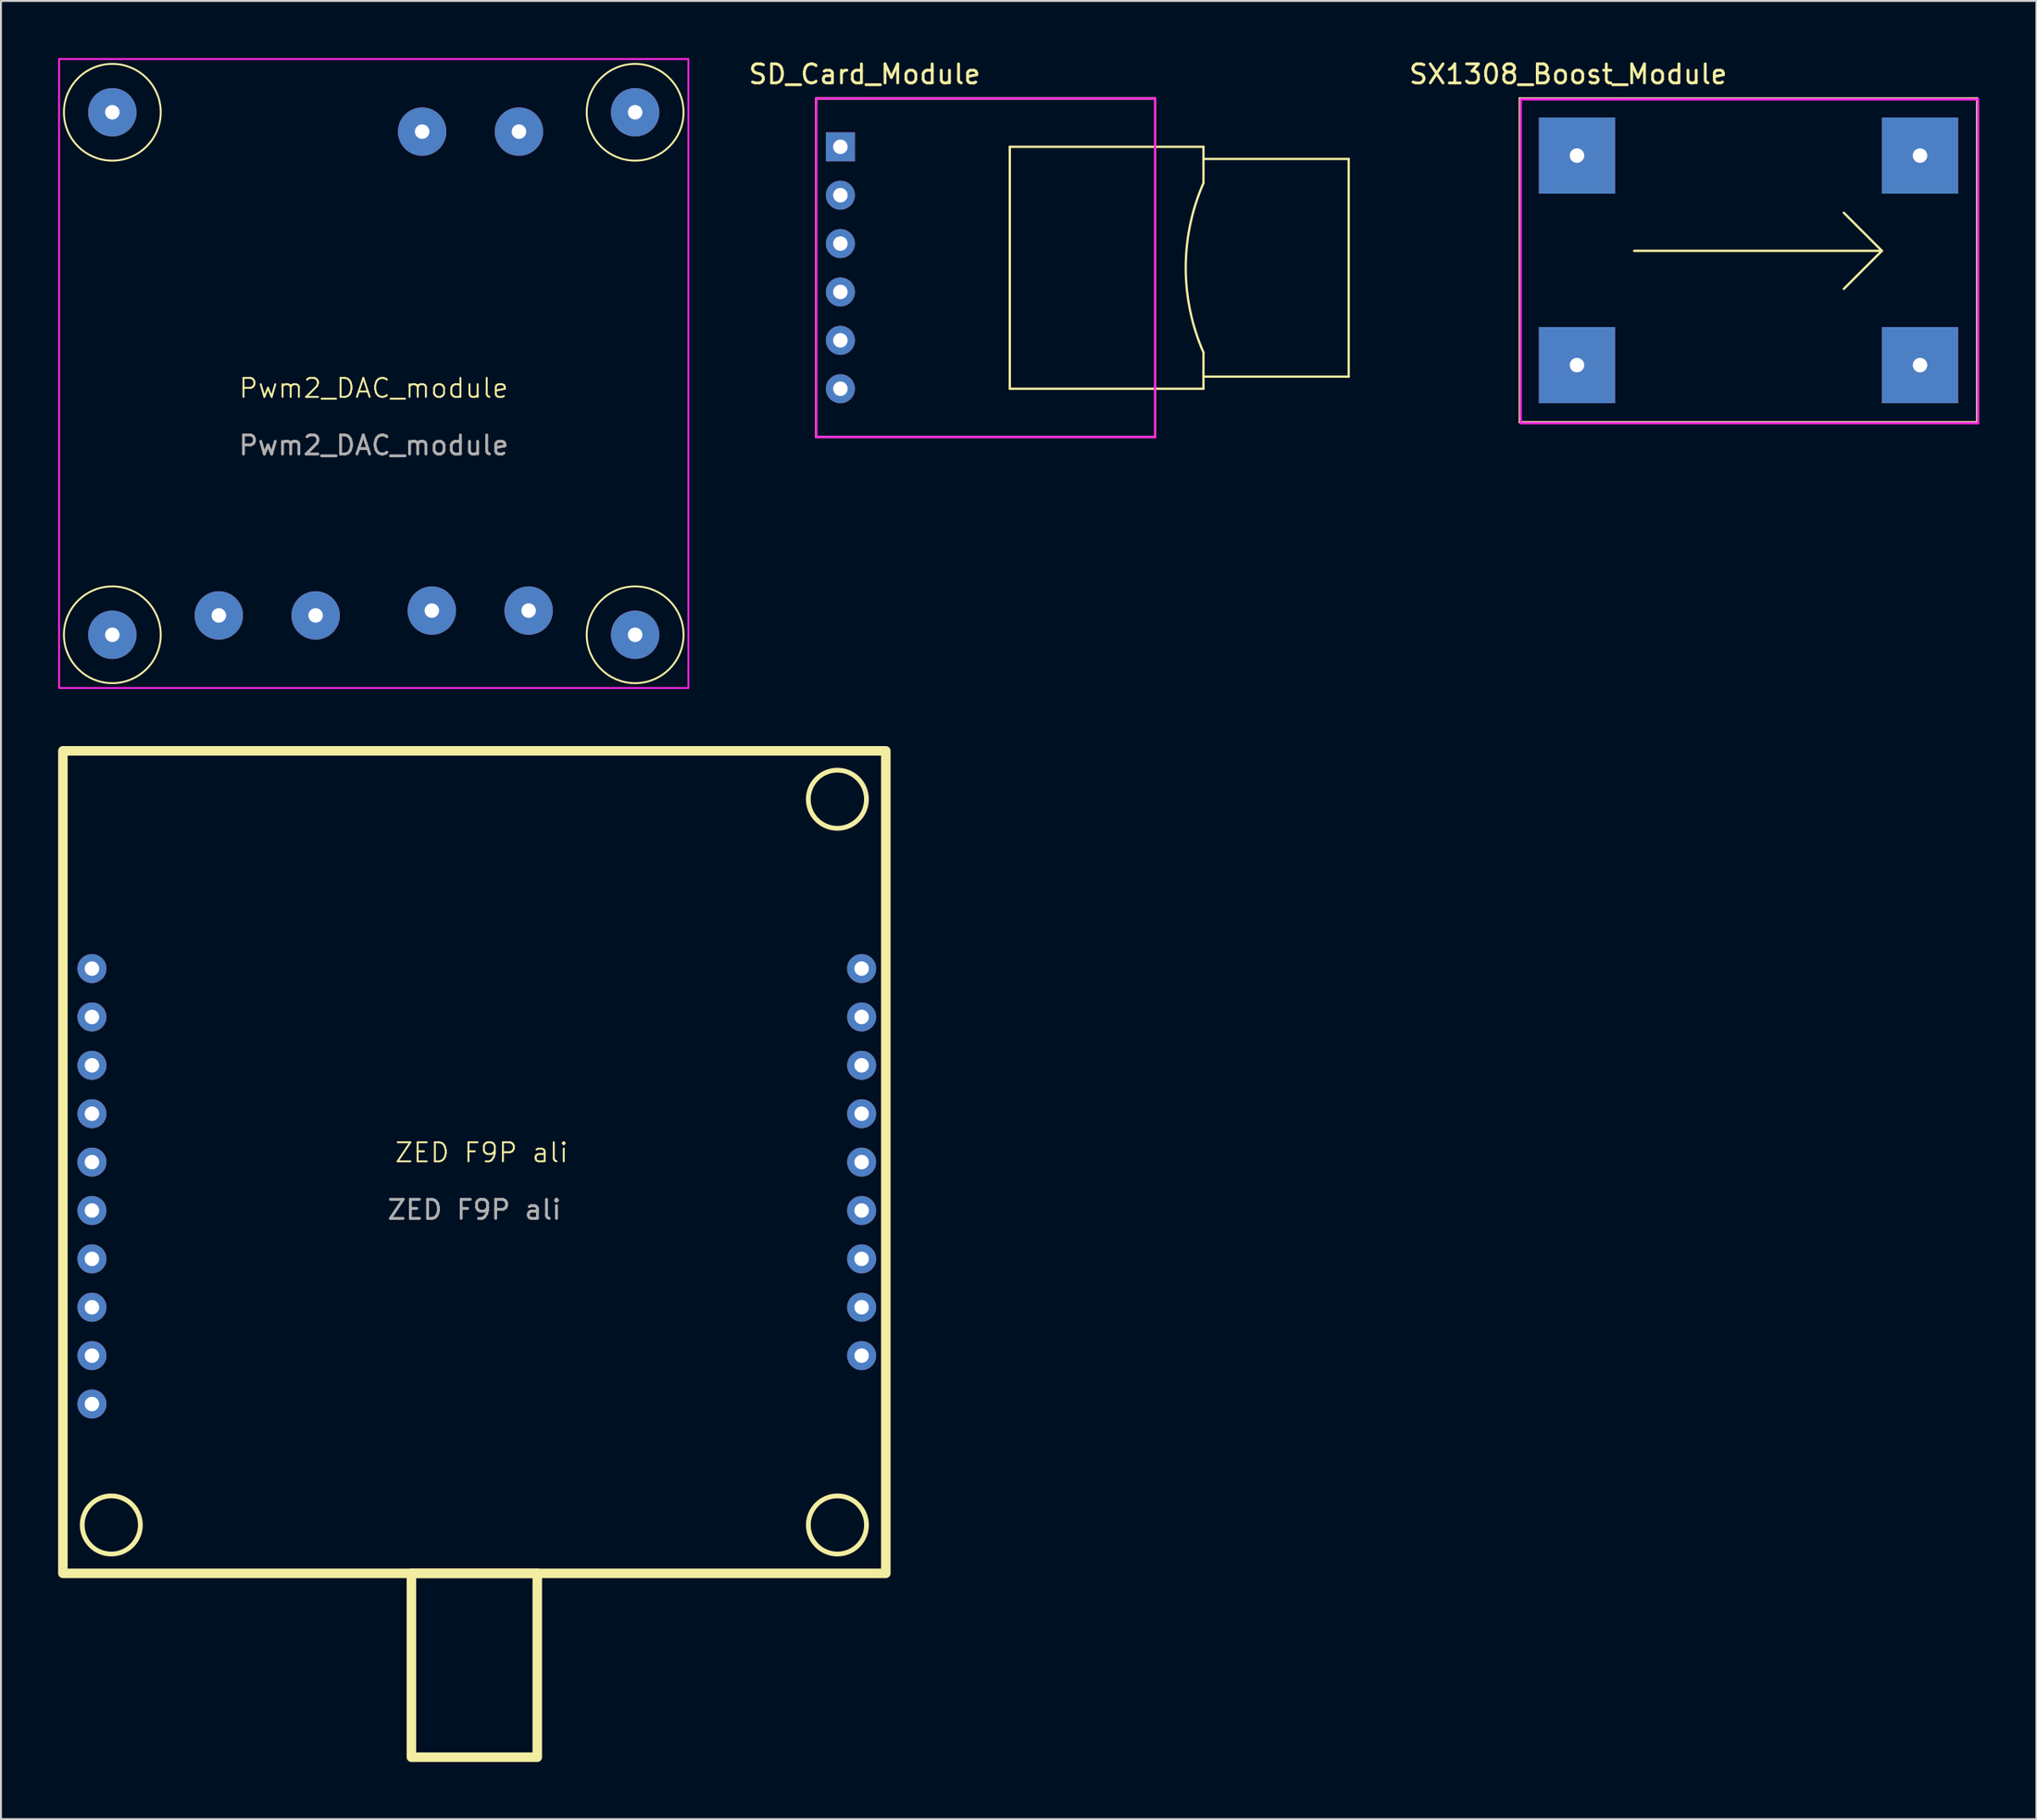
<source format=kicad_pcb>
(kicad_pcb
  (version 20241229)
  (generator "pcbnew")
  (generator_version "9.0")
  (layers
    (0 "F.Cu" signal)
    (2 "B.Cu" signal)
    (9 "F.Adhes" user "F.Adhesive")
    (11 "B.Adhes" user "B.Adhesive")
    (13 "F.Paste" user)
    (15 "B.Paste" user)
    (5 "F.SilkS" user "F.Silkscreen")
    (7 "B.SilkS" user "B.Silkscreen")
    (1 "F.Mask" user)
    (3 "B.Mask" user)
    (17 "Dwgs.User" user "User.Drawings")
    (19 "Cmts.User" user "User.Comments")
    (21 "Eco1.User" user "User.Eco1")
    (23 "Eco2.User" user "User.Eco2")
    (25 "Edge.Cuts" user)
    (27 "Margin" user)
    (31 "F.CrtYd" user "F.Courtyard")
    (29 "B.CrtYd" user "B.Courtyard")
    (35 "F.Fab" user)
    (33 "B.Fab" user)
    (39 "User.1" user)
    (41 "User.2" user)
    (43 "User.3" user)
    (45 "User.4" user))
  (footprint "SD_Card_Module"
    (layer "F.Cu")
    (at 41.046 4.658)
    (property "Reference" "SD_Card_Module" (at 1.27 -3.81 0) (layer "F.SilkS") (effects (font (size 1 1) (thickness 0.15))))
    (attr through_hole)
    (fp_line (start -1.27 -2.54) (end 16.51 -2.54) (stroke (width 0.12) (type solid)) (layer "F.SilkS"))
    (fp_line (start -1.27 15.24) (end -1.27 -2.54) (stroke (width 0.12) (type solid)) (layer "F.SilkS"))
    (fp_line (start 8.89 0) (end 8.89 12.7) (stroke (width 0.12) (type solid)) (layer "F.SilkS"))
    (fp_line (start 8.89 0) (end 19.05 0) (stroke (width 0.12) (type solid)) (layer "F.SilkS"))
    (fp_line (start 8.89 12.7) (end 19.05 12.7) (stroke (width 0.12) (type solid)) (layer "F.SilkS"))
    (fp_line (start 16.51 -2.54) (end 16.51 15.24) (stroke (width 0.12) (type solid)) (layer "F.SilkS"))
    (fp_line (start 16.51 15.24) (end -1.27 15.24) (stroke (width 0.12) (type solid)) (layer "F.SilkS"))
    (fp_line (start 19.05 0) (end 19.05 1.905) (stroke (width 0.12) (type solid)) (layer "F.SilkS"))
    (fp_line (start 19.05 0.635) (end 26.67 0.635) (stroke (width 0.12) (type solid)) (layer "F.SilkS"))
    (fp_line (start 19.05 12.7) (end 19.05 10.795) (stroke (width 0.12) (type solid)) (layer "F.SilkS"))
    (fp_line (start 26.67 0.635) (end 26.67 12.065) (stroke (width 0.12) (type solid)) (layer "F.SilkS"))
    (fp_line (start 26.67 12.065) (end 19.05 12.065) (stroke (width 0.12) (type solid)) (layer "F.SilkS"))
    (fp_arc (start 19.05 10.794999) (mid 18.120202 6.35) (end 19.05 1.905) (stroke (width 0.12) (type solid)) (layer "F.SilkS"))
    (fp_line (start -1.27 -2.54) (end -1.27 15.24) (stroke (width 0.12) (type solid)) (layer "F.CrtYd"))
    (fp_line (start -1.27 15.24) (end 16.51 15.24) (stroke (width 0.12) (type solid)) (layer "F.CrtYd"))
    (fp_line (start 16.51 -2.54) (end -1.27 -2.54) (stroke (width 0.12) (type solid)) (layer "F.CrtYd"))
    (fp_line (start 16.51 15.24) (end 16.51 -2.54) (stroke (width 0.12) (type solid)) (layer "F.CrtYd"))
    (pad "1" thru_hole rect (at 0 0) (size 1.524 1.524) (drill 0.762) (layers "*.Cu" "*.Mask"))
    (pad "2" thru_hole circle (at 0 2.54) (size 1.524 1.524) (drill 0.762) (layers "*.Cu" "*.Mask"))
    (pad "3" thru_hole circle (at 0 5.08) (size 1.524 1.524) (drill 0.762) (layers "*.Cu" "*.Mask"))
    (pad "4" thru_hole circle (at 0 7.62) (size 1.524 1.524) (drill 0.762) (layers "*.Cu" "*.Mask"))
    (pad "5" thru_hole circle (at 0 10.16) (size 1.524 1.524) (drill 0.762) (layers "*.Cu" "*.Mask"))
    (pad "6" thru_hole circle (at 0 12.7) (size 1.524 1.524) (drill 0.762) (layers "*.Cu" "*.Mask")))
  (footprint "Pwm2_DAC_module"
    (layer "F.Cu")
    (at 16.56 17.83)
    (property "Reference" "Pwm2_DAC_module" (at 0 -0.5 0) (unlocked yes) (layer "F.SilkS") (effects (font (size 1 1) (thickness 0.1))))
    (attr through_hole)
    (fp_circle (center -13.716 -14.986) (end -11.176 -14.986) (stroke (width 0.1) (type default)) (fill no) (layer "F.SilkS"))
    (fp_circle (center -13.716 12.446) (end -11.176 12.446) (stroke (width 0.1) (type default)) (fill no) (layer "F.SilkS"))
    (fp_circle (center 13.716 -14.986) (end 11.176 -14.986) (stroke (width 0.1) (type default)) (fill no) (layer "F.SilkS"))
    (fp_circle (center 13.716 12.446) (end 11.176 12.446) (stroke (width 0.1) (type default)) (fill no) (layer "F.SilkS"))
    (fp_rect (start -16.51 15.24) (end 16.51 -17.78) (stroke (width 0.1) (type default)) (fill no) (layer "F.CrtYd"))
    (fp_text user "${REFERENCE}" (at 0 2.5 0) (unlocked yes) (layer "F.Fab") (effects (font (size 1 1) (thickness 0.15))))
    (pad "" thru_hole circle (at -13.716 -14.986) (size 2.54 2.54) (drill 0.762) (layers "*.Cu" "*.Mask"))
    (pad "" thru_hole circle (at -13.716 12.446) (size 2.54 2.54) (drill 0.762) (layers "*.Cu" "*.Mask"))
    (pad "" thru_hole circle (at 13.716 -14.986) (size 2.54 2.54) (drill 0.762) (layers "*.Cu" "*.Mask"))
    (pad "" thru_hole circle (at 13.716 12.446) (size 2.54 2.54) (drill 0.762) (layers "*.Cu" "*.Mask"))
    (pad "1" thru_hole circle (at 2.54 -13.97) (size 2.54 2.54) (drill 0.762) (layers "*.Cu" "*.Mask"))
    (pad "2" thru_hole circle (at 7.62 -13.97) (size 2.54 2.54) (drill 0.762) (layers "*.Cu" "*.Mask"))
    (pad "3" thru_hole circle (at -8.128 11.43) (size 2.54 2.54) (drill 0.762) (layers "*.Cu" "*.Mask"))
    (pad "4" thru_hole circle (at -3.048 11.43) (size 2.54 2.54) (drill 0.762) (layers "*.Cu" "*.Mask"))
    (pad "5" thru_hole circle (at 3.048 11.176) (size 2.54 2.54) (drill 0.762) (layers "*.Cu" "*.Mask"))
    (pad "6" thru_hole circle (at 8.128 11.176) (size 2.54 2.54) (drill 0.762) (layers "*.Cu" "*.Mask")))
  (footprint "ZED F9P ali"
    (layer "F.Cu")
    (at 21.84 57.96)
    (property "Reference" "ZED F9P ali" (at 0.381 -0.5 0) (unlocked yes) (layer "F.SilkS") (effects (font (size 1 1) (thickness 0.1))))
    (attr through_hole)
    (fp_rect (start -21.59 -21.59) (end 21.59 21.59) (stroke (width 0.5) (type solid)) (fill no) (layer "F.SilkS"))
    (fp_rect (start -3.302 21.59) (end 3.302 31.242) (stroke (width 0.5) (type solid)) (fill no) (layer "F.SilkS"))
    (fp_circle (center -19.05 19.05) (end -17.524 19.05) (stroke (width 0.25) (type solid)) (fill no) (layer "F.SilkS"))
    (fp_circle (center 19.048 -19.05) (end 20.574 -19.05) (stroke (width 0.25) (type solid)) (fill no) (layer "F.SilkS"))
    (fp_circle (center 19.05 19.05) (end 20.576 19.05) (stroke (width 0.25) (type solid)) (fill no) (layer "F.SilkS"))
    (fp_circle (center -19.05 -19.05) (end -17.526 -19.05) (stroke (width 0.25) (type solid)) (fill no) (layer "User.4"))
    (fp_text user "${REFERENCE}" (at 0 2.5 0) (unlocked yes) (layer "F.Fab") (effects (font (size 1 1) (thickness 0.15))))
    (fp_text user "SCK" (at 15.24 10.795 0) (unlocked yes) (layer "User.4") (effects (font (size 1 1) (thickness 0.15)) (justify left bottom)))
    (fp_text user "SCL" (at -19.05 -1.905 0) (unlocked yes) (layer "User.4") (effects (font (size 1 1) (thickness 0.15)) (justify left bottom)))
    (fp_text user "RTK" (at -19.05 3.175 0) (unlocked yes) (layer "User.4") (effects (font (size 1 1) (thickness 0.15)) (justify left bottom)))
    (fp_text user "3V3" (at 15.43 -4.445 0) (unlocked yes) (layer "User.4") (effects (font (size 1 1) (thickness 0.15)) (justify left bottom)))
    (fp_text user "RX/MOSI" (at 11.573 5.715 0) (unlocked yes) (layer "User.4") (effects (font (size 1 1) (thickness 0.15)) (justify left bottom)))
    (fp_text user "PPS" (at -19.05 5.715 0) (unlocked yes) (layer "User.4") (effects (font (size 1 1) (thickness 0.15)) (justify left bottom)))
    (fp_text user "RST" (at -19.05 8.255 0) (unlocked yes) (layer "User.4") (effects (font (size 1 1) (thickness 0.15)) (justify left bottom)))
    (fp_text user "RX2" (at 15.288 0.635 0) (unlocked yes) (layer "User.4") (effects (font (size 1 1) (thickness 0.15)) (justify left bottom)))
    (fp_text user "SDA" (at -19.05 -4.445 0) (unlocked yes) (layer "User.4") (effects (font (size 1 1) (thickness 0.15)) (justify left bottom)))
    (fp_text user "TX/MISO" (at 11.811 8.255 0) (unlocked yes) (layer "User.4") (effects (font (size 1 1) (thickness 0.15)) (justify left bottom)))
    (fp_text user "FENCE" (at -19.05 0.635 0) (unlocked yes) (layer "User.4") (effects (font (size 1 1) (thickness 0.15)) (justify left bottom)))
    (fp_text user "CS" (at 16.24 3.175 0) (unlocked yes) (layer "User.4") (effects (font (size 1 1) (thickness 0.15)) (justify left bottom)))
    (fp_text user "SAFE" (at -19.05 10.795 0) (unlocked yes) (layer "User.4") (effects (font (size 1 1) (thickness 0.15)) (justify left bottom)))
    (fp_text user "TX2" (at 15.526 -1.905 0) (unlocked yes) (layer "User.4") (effects (font (size 1 1) (thickness 0.15)) (justify left bottom)))
    (fp_text user "GND" (at 15.145 -9.525 0) (unlocked yes) (layer "User.4") (effects (font (size 1 1) (thickness 0.15)) (justify left bottom)))
    (fp_text user "INT" (at -19.05 13.335 0) (unlocked yes) (layer "User.4") (effects (font (size 1 1) (thickness 0.15)) (justify left bottom)))
    (fp_text user "5V" (at 16.383 -6.985 0) (unlocked yes) (layer "User.4") (effects (font (size 1 1) (thickness 0.15)) (justify left bottom)))
    (fp_text user "3V3" (at -19.05 -6.985 0) (unlocked yes) (layer "User.4") (effects (font (size 1 1) (thickness 0.15)) (justify left bottom)))
    (fp_text user "GND" (at -19.05 -9.525 0) (unlocked yes) (layer "User.4") (effects (font (size 1 1) (thickness 0.15)) (justify left bottom)))
    (pad "1" thru_hole circle (at -20.066 12.7) (size 1.524 1.524) (drill 0.762) (layers "*.Cu" "*.Mask"))
    (pad "2" thru_hole circle (at -20.066 10.16) (size 1.524 1.524) (drill 0.762) (layers "*.Cu" "*.Mask"))
    (pad "3" thru_hole circle (at -20.066 7.62) (size 1.524 1.524) (drill 0.762) (layers "*.Cu" "*.Mask"))
    (pad "4" thru_hole circle (at -20.066 5.08) (size 1.524 1.524) (drill 0.762) (layers "*.Cu" "*.Mask"))
    (pad "5" thru_hole circle (at -20.066 2.54) (size 1.524 1.524) (drill 0.762) (layers "*.Cu" "*.Mask"))
    (pad "6" thru_hole circle (at -20.066 0) (size 1.524 1.524) (drill 0.762) (layers "*.Cu" "*.Mask"))
    (pad "7" thru_hole circle (at -20.066 -2.54) (size 1.524 1.524) (drill 0.762) (layers "*.Cu" "*.Mask"))
    (pad "8" thru_hole circle (at -20.066 -5.08) (size 1.524 1.524) (drill 0.762) (layers "*.Cu" "*.Mask"))
    (pad "9" thru_hole circle (at -20.066 -7.62) (size 1.524 1.524) (drill 0.762) (layers "*.Cu" "*.Mask"))
    (pad "10" thru_hole circle (at -20.066 -10.16) (size 1.524 1.524) (drill 0.762) (layers "*.Cu" "*.Mask"))
    (pad "11" thru_hole circle (at 20.32 -10.16) (size 1.524 1.524) (drill 0.762) (layers "*.Cu" "*.Mask"))
    (pad "12" thru_hole circle (at 20.32 -7.62) (size 1.524 1.524) (drill 0.762) (layers "*.Cu" "*.Mask"))
    (pad "13" thru_hole circle (at 20.32 -5.08) (size 1.524 1.524) (drill 0.762) (layers "*.Cu" "*.Mask"))
    (pad "14" thru_hole circle (at 20.32 -2.54) (size 1.524 1.524) (drill 0.762) (layers "*.Cu" "*.Mask"))
    (pad "15" thru_hole circle (at 20.32 0) (size 1.524 1.524) (drill 0.762) (layers "*.Cu" "*.Mask"))
    (pad "16" thru_hole circle (at 20.32 2.54) (size 1.524 1.524) (drill 0.762) (layers "*.Cu" "*.Mask"))
    (pad "17" thru_hole circle (at 20.32 5.08) (size 1.524 1.524) (drill 0.762) (layers "*.Cu" "*.Mask"))
    (pad "18" thru_hole circle (at 20.32 7.62) (size 1.524 1.524) (drill 0.762) (layers "*.Cu" "*.Mask"))
    (pad "19" thru_hole circle (at 20.32 10.16) (size 1.524 1.524) (drill 0.762) (layers "*.Cu" "*.Mask")))
  (footprint "SX1308_Boost_Module"
    (layer "F.Cu")
    (at 79.743 5.166)
    (property "Reference" "SX1308_Boost_Module" (at -0.508 -4.318 0) (layer "F.SilkS") (effects (font (size 1 1) (thickness 0.15))))
    (attr through_hole)
    (fp_line (start -3.048 -3.048) (end -3.048 13.952) (stroke (width 0.12) (type solid)) (layer "F.SilkS"))
    (fp_line (start -3.048 13.952) (end 20.952 13.952) (stroke (width 0.12) (type solid)) (layer "F.SilkS"))
    (fp_line (start 2.952 4.952) (end 15.952 4.952) (stroke (width 0.12) (type solid)) (layer "F.SilkS"))
    (fp_line (start 15.952 4.952) (end 13.952 2.952) (stroke (width 0.12) (type solid)) (layer "F.SilkS"))
    (fp_line (start 15.952 4.952) (end 13.952 6.952) (stroke (width 0.12) (type solid)) (layer "F.SilkS"))
    (fp_line (start 20.952 -3.048) (end -3.048 -3.048) (stroke (width 0.12) (type solid)) (layer "F.SilkS"))
    (fp_line (start 20.952 13.952) (end 20.952 -3.048) (stroke (width 0.12) (type solid)) (layer "F.SilkS"))
    (fp_line (start -3 -3) (end -3 14) (stroke (width 0.12) (type solid)) (layer "F.CrtYd"))
    (fp_line (start -3 14) (end 21 14) (stroke (width 0.12) (type solid)) (layer "F.CrtYd"))
    (fp_line (start 21 -3) (end -3 -3) (stroke (width 0.12) (type solid)) (layer "F.CrtYd"))
    (fp_line (start 21 14) (end 21 -3) (stroke (width 0.12) (type solid)) (layer "F.CrtYd"))
    (pad "1" thru_hole rect (at -0.048 -0.048) (size 4 4) (drill 0.762) (layers "*.Cu" "*.Mask"))
    (pad "2" thru_hole rect (at -0.048 10.952) (size 4 4) (drill 0.762) (layers "*.Cu" "*.Mask"))
    (pad "3" thru_hole rect (at 17.952 -0.048) (size 4 4) (drill 0.762) (layers "*.Cu" "*.Mask"))
    (pad "4" thru_hole rect (at 17.952 10.952) (size 4 4) (drill 0.762) (layers "*.Cu" "*.Mask")))
  (gr_rect
    (start -3 -3)
    (end 103.803 92.452)
    (stroke (width 0.1) (type default))
    (fill no)
    (layer "Edge.Cuts")))
</source>
